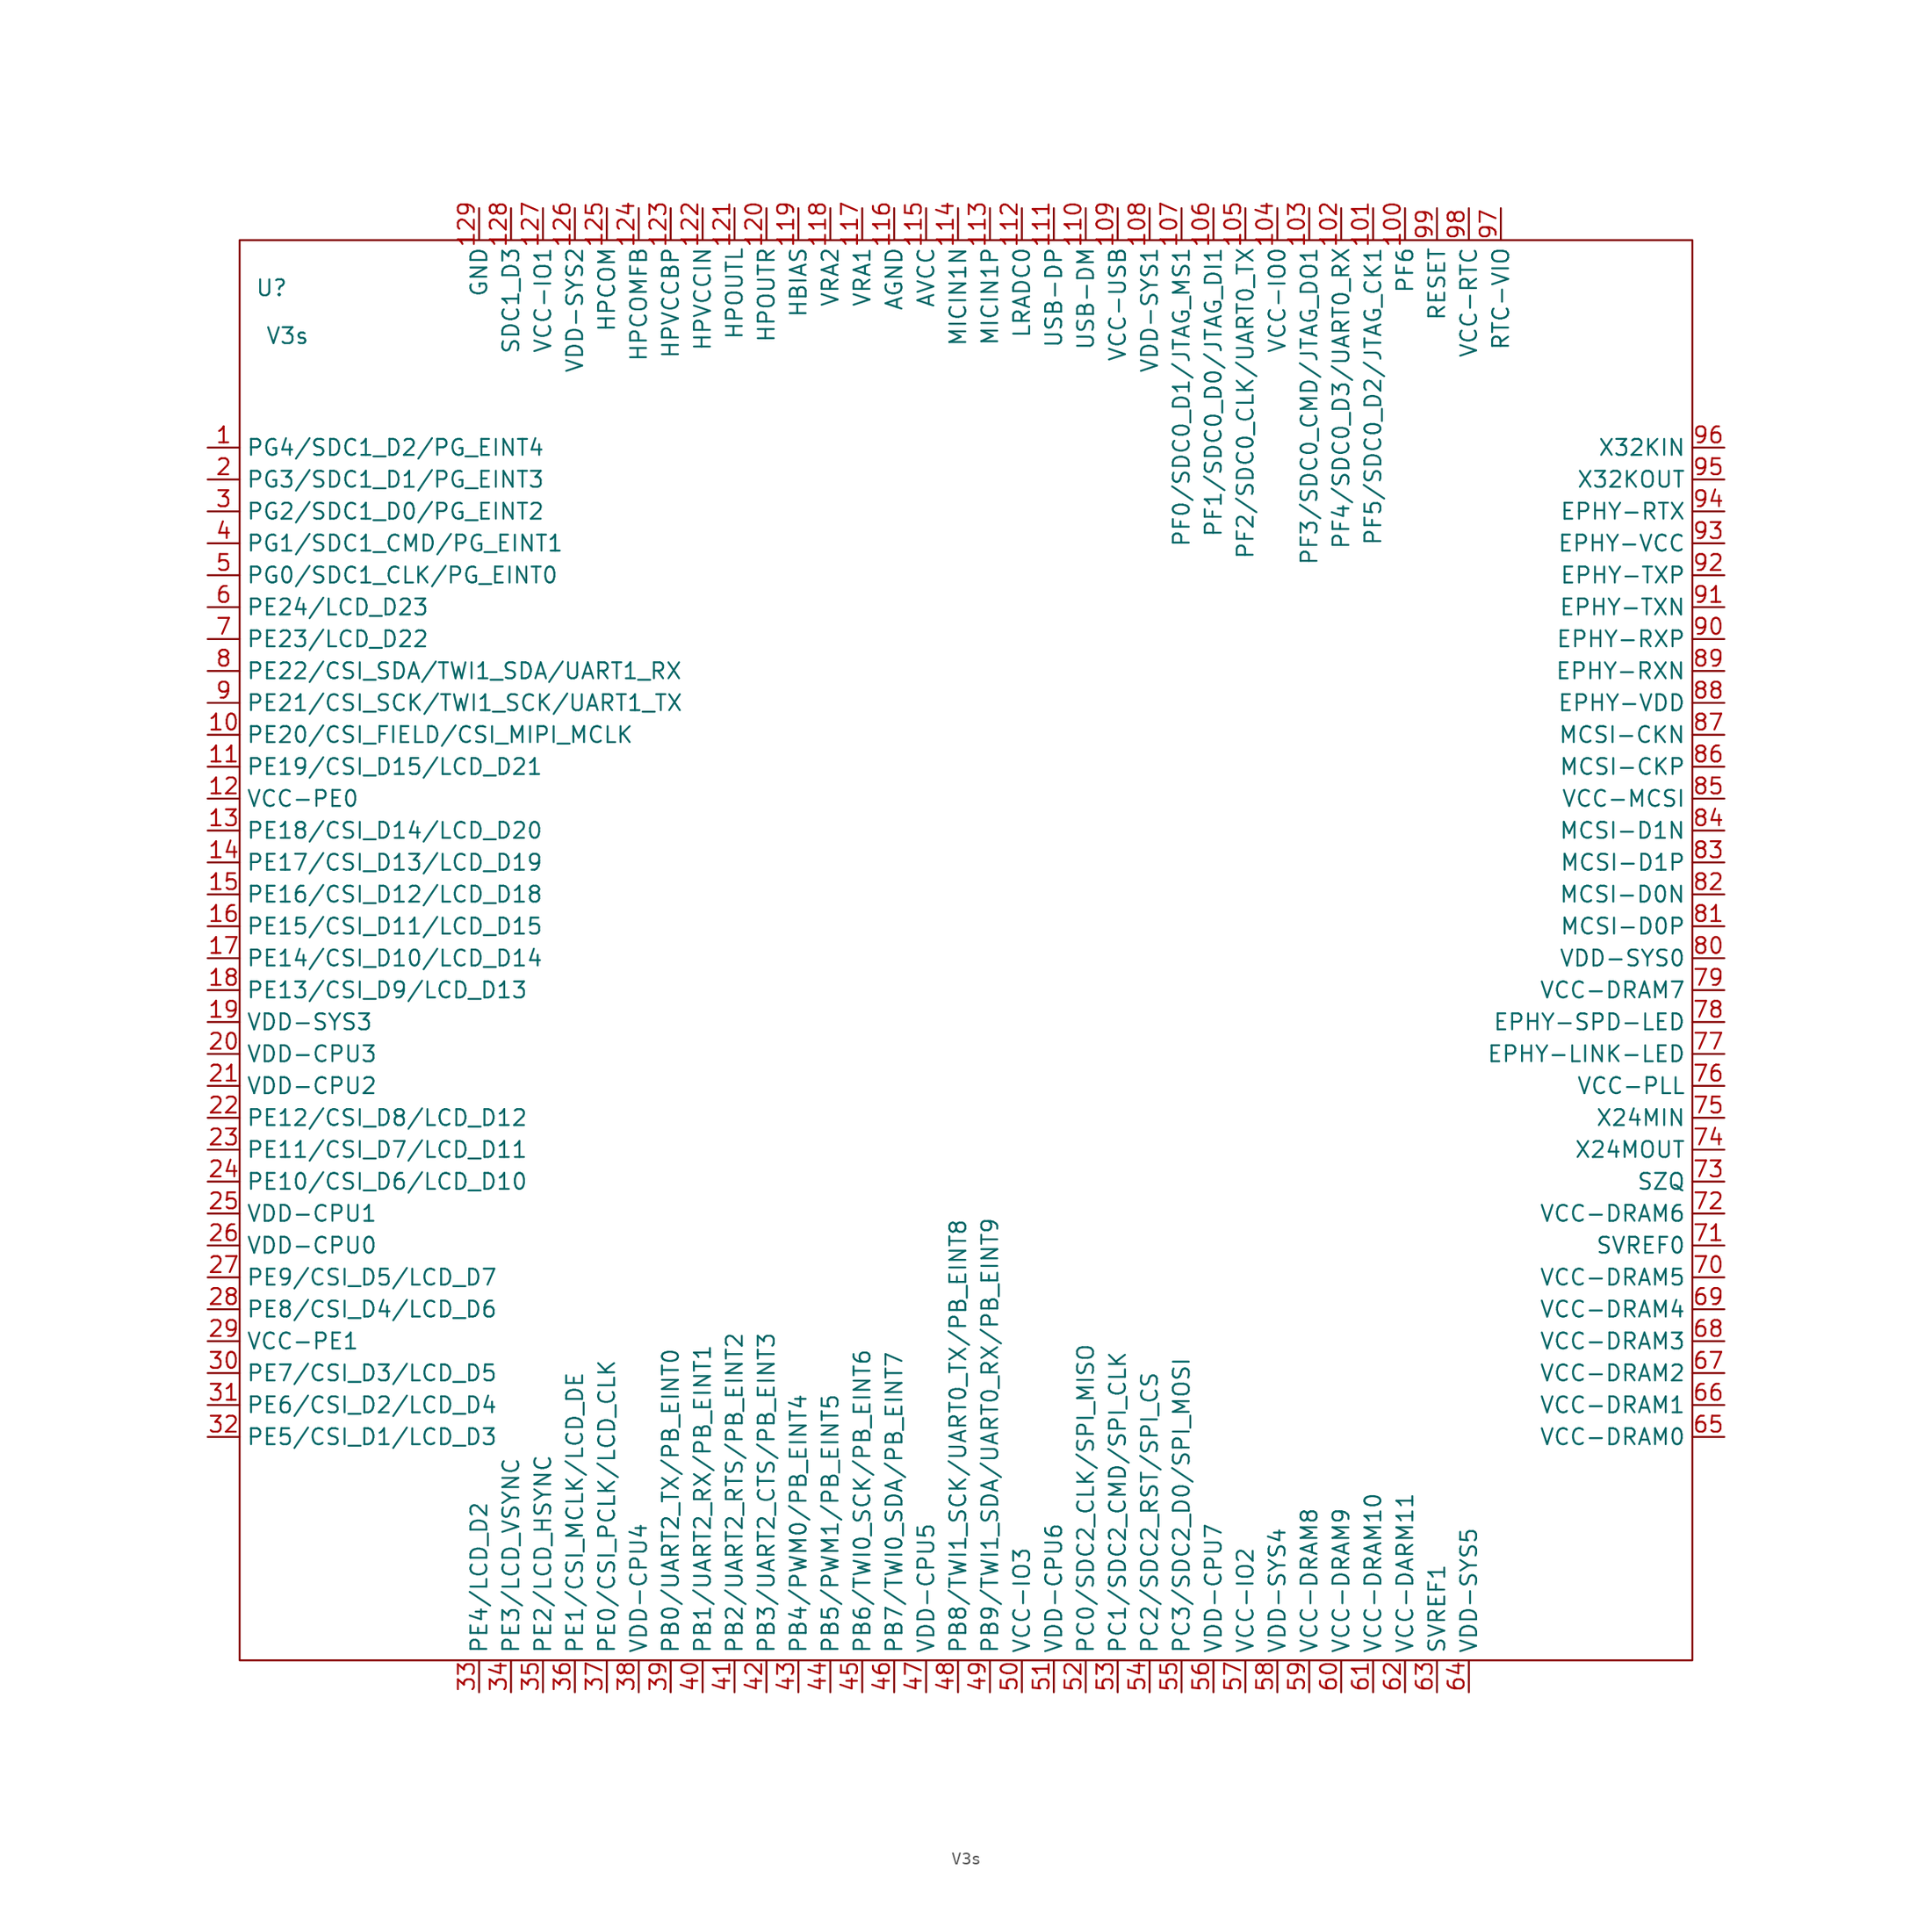
<source format=kicad_sym>
(kicad_symbol_lib
  (version 20211014)
  (generator kicad_symbol_editor)
  (symbol "V3s"
    (property "Reference" "U"
      (at 2.54 109.22 0)
      (effects (font (size 1.27 1.27))))
    (property "Value" "V3s"
      (at 3.81 105.41 0)
      (effects (font (size 1.27 1.27))))
    (symbol "V3s_0_0"
      (pin bidirectional line (at -2.54 73.66 0) (length 2.54) (name "PE20/CSI_FIELD/CSI_MIPI_MCLK" (effects (font (size 1.27 1.27)))) (number "10" (effects (font (size 1.27 1.27)))))
      (pin bidirectional line (at 92.71 115.57 270) (length 2.54) (name "PF6" (effects (font (size 1.27 1.27)))) (number "100" (effects (font (size 1.27 1.27)))))
      (pin bidirectional line (at 90.17 115.57 270) (length 2.54) (name "PF5/SDC0_D2/JTAG_CK1" (effects (font (size 1.27 1.27)))) (number "101" (effects (font (size 1.27 1.27)))))
      (pin bidirectional line (at 87.63 115.57 270) (length 2.54) (name "PF4/SDC0_D3/UART0_RX" (effects (font (size 1.27 1.27)))) (number "102" (effects (font (size 1.27 1.27)))))
      (pin bidirectional line (at 85.09 115.57 270) (length 2.54) (name "PF3/SDC0_CMD/JTAG_DO1" (effects (font (size 1.27 1.27)))) (number "103" (effects (font (size 1.27 1.27)))))
      (pin power_in line (at 82.55 115.57 270) (length 2.54) (name "VCC-IO0" (effects (font (size 1.27 1.27)))) (number "104" (effects (font (size 1.27 1.27)))))
      (pin bidirectional line (at 80.01 115.57 270) (length 2.54) (name "PF2/SDC0_CLK/UART0_TX" (effects (font (size 1.27 1.27)))) (number "105" (effects (font (size 1.27 1.27)))))
      (pin bidirectional line (at 77.47 115.57 270) (length 2.54) (name "PF1/SDC0_D0/JTAG_DI1" (effects (font (size 1.27 1.27)))) (number "106" (effects (font (size 1.27 1.27)))))
      (pin bidirectional line (at 74.93 115.57 270) (length 2.54) (name "PF0/SDC0_D1/JTAG_MS1" (effects (font (size 1.27 1.27)))) (number "107" (effects (font (size 1.27 1.27)))))
      (pin power_in line (at 72.39 115.57 270) (length 2.54) (name "VDD-SYS1" (effects (font (size 1.27 1.27)))) (number "108" (effects (font (size 1.27 1.27)))))
      (pin power_in line (at 69.85 115.57 270) (length 2.54) (name "VCC-USB" (effects (font (size 1.27 1.27)))) (number "109" (effects (font (size 1.27 1.27)))))
      (pin bidirectional line (at -2.54 71.12 0) (length 2.54) (name "PE19/CSI_D15/LCD_D21" (effects (font (size 1.27 1.27)))) (number "11" (effects (font (size 1.27 1.27)))))
      (pin bidirectional line (at 67.31 115.57 270) (length 2.54) (name "USB-DM" (effects (font (size 1.27 1.27)))) (number "110" (effects (font (size 1.27 1.27)))))
      (pin bidirectional line (at 64.77 115.57 270) (length 2.54) (name "USB-DP" (effects (font (size 1.27 1.27)))) (number "111" (effects (font (size 1.27 1.27)))))
      (pin passive line (at 62.23 115.57 270) (length 2.54) (name "LRADC0" (effects (font (size 1.27 1.27)))) (number "112" (effects (font (size 1.27 1.27)))))
      (pin passive line (at 59.69 115.57 270) (length 2.54) (name "MICIN1P" (effects (font (size 1.27 1.27)))) (number "113" (effects (font (size 1.27 1.27)))))
      (pin passive line (at 57.15 115.57 270) (length 2.54) (name "MICIN1N" (effects (font (size 1.27 1.27)))) (number "114" (effects (font (size 1.27 1.27)))))
      (pin power_in line (at 54.61 115.57 270) (length 2.54) (name "AVCC" (effects (font (size 1.27 1.27)))) (number "115" (effects (font (size 1.27 1.27)))))
      (pin power_in line (at 52.07 115.57 270) (length 2.54) (name "AGND" (effects (font (size 1.27 1.27)))) (number "116" (effects (font (size 1.27 1.27)))))
      (pin power_in line (at 49.53 115.57 270) (length 2.54) (name "VRA1" (effects (font (size 1.27 1.27)))) (number "117" (effects (font (size 1.27 1.27)))))
      (pin power_in line (at 46.99 115.57 270) (length 2.54) (name "VRA2" (effects (font (size 1.27 1.27)))) (number "118" (effects (font (size 1.27 1.27)))))
      (pin passive line (at 44.45 115.57 270) (length 2.54) (name "HBIAS" (effects (font (size 1.27 1.27)))) (number "119" (effects (font (size 1.27 1.27)))))
      (pin power_in line (at -2.54 68.58 0) (length 2.54) (name "VCC-PE0" (effects (font (size 1.27 1.27)))) (number "12" (effects (font (size 1.27 1.27)))))
      (pin passive line (at 41.91 115.57 270) (length 2.54) (name "HPOUTR" (effects (font (size 1.27 1.27)))) (number "120" (effects (font (size 1.27 1.27)))))
      (pin passive line (at 39.37 115.57 270) (length 2.54) (name "HPOUTL" (effects (font (size 1.27 1.27)))) (number "121" (effects (font (size 1.27 1.27)))))
      (pin power_in line (at 36.83 115.57 270) (length 2.54) (name "HPVCCIN" (effects (font (size 1.27 1.27)))) (number "122" (effects (font (size 1.27 1.27)))))
      (pin power_in line (at 34.29 115.57 270) (length 2.54) (name "HPVCCBP" (effects (font (size 1.27 1.27)))) (number "123" (effects (font (size 1.27 1.27)))))
      (pin passive line (at 31.75 115.57 270) (length 2.54) (name "HPCOMFB" (effects (font (size 1.27 1.27)))) (number "124" (effects (font (size 1.27 1.27)))))
      (pin passive line (at 29.21 115.57 270) (length 2.54) (name "HPCOM" (effects (font (size 1.27 1.27)))) (number "125" (effects (font (size 1.27 1.27)))))
      (pin power_in line (at 26.67 115.57 270) (length 2.54) (name "VDD-SYS2" (effects (font (size 1.27 1.27)))) (number "126" (effects (font (size 1.27 1.27)))))
      (pin power_in line (at 24.13 115.57 270) (length 2.54) (name "VCC-IO1" (effects (font (size 1.27 1.27)))) (number "127" (effects (font (size 1.27 1.27)))))
      (pin passive line (at 21.59 115.57 270) (length 2.54) (name "SDC1_D3" (effects (font (size 1.27 1.27)))) (number "128" (effects (font (size 1.27 1.27)))))
      (pin power_in line (at 19.05 115.57 270) (length 2.54) (name "GND" (effects (font (size 1.27 1.27)))) (number "129" (effects (font (size 1.27 1.27)))))
      (pin bidirectional line (at -2.54 66.04 0) (length 2.54) (name "PE18/CSI_D14/LCD_D20" (effects (font (size 1.27 1.27)))) (number "13" (effects (font (size 1.27 1.27)))))
      (pin bidirectional line (at -2.54 63.5 0) (length 2.54) (name "PE17/CSI_D13/LCD_D19" (effects (font (size 1.27 1.27)))) (number "14" (effects (font (size 1.27 1.27)))))
      (pin bidirectional line (at -2.54 60.96 0) (length 2.54) (name "PE16/CSI_D12/LCD_D18" (effects (font (size 1.27 1.27)))) (number "15" (effects (font (size 1.27 1.27)))))
      (pin bidirectional line (at -2.54 58.42 0) (length 2.54) (name "PE15/CSI_D11/LCD_D15" (effects (font (size 1.27 1.27)))) (number "16" (effects (font (size 1.27 1.27)))))
      (pin bidirectional line (at -2.54 55.88 0) (length 2.54) (name "PE14/CSI_D10/LCD_D14" (effects (font (size 1.27 1.27)))) (number "17" (effects (font (size 1.27 1.27)))))
      (pin bidirectional line (at -2.54 53.34 0) (length 2.54) (name "PE13/CSI_D9/LCD_D13" (effects (font (size 1.27 1.27)))) (number "18" (effects (font (size 1.27 1.27)))))
      (pin power_in line (at -2.54 50.8 0) (length 2.54) (name "VDD-SYS3" (effects (font (size 1.27 1.27)))) (number "19" (effects (font (size 1.27 1.27)))))
      (pin bidirectional line (at -2.54 93.98 0) (length 2.54) (name "PG3/SDC1_D1/PG_EINT3" (effects (font (size 1.27 1.27)))) (number "2" (effects (font (size 1.27 1.27)))))
      (pin power_in line (at -2.54 48.26 0) (length 2.54) (name "VDD-CPU3" (effects (font (size 1.27 1.27)))) (number "20" (effects (font (size 1.27 1.27)))))
      (pin power_in line (at -2.54 45.72 0) (length 2.54) (name "VDD-CPU2" (effects (font (size 1.27 1.27)))) (number "21" (effects (font (size 1.27 1.27)))))
      (pin bidirectional line (at -2.54 43.18 0) (length 2.54) (name "PE12/CSI_D8/LCD_D12" (effects (font (size 1.27 1.27)))) (number "22" (effects (font (size 1.27 1.27)))))
      (pin bidirectional line (at -2.54 40.64 0) (length 2.54) (name "PE11/CSI_D7/LCD_D11" (effects (font (size 1.27 1.27)))) (number "23" (effects (font (size 1.27 1.27)))))
      (pin bidirectional line (at -2.54 38.1 0) (length 2.54) (name "PE10/CSI_D6/LCD_D10" (effects (font (size 1.27 1.27)))) (number "24" (effects (font (size 1.27 1.27)))))
      (pin power_in line (at -2.54 35.56 0) (length 2.54) (name "VDD-CPU1" (effects (font (size 1.27 1.27)))) (number "25" (effects (font (size 1.27 1.27)))))
      (pin power_in line (at -2.54 33.02 0) (length 2.54) (name "VDD-CPU0" (effects (font (size 1.27 1.27)))) (number "26" (effects (font (size 1.27 1.27)))))
      (pin bidirectional line (at -2.54 30.48 0) (length 2.54) (name "PE9/CSI_D5/LCD_D7" (effects (font (size 1.27 1.27)))) (number "27" (effects (font (size 1.27 1.27)))))
      (pin bidirectional line (at -2.54 27.94 0) (length 2.54) (name "PE8/CSI_D4/LCD_D6" (effects (font (size 1.27 1.27)))) (number "28" (effects (font (size 1.27 1.27)))))
      (pin power_in line (at -2.54 25.4 0) (length 2.54) (name "VCC-PE1" (effects (font (size 1.27 1.27)))) (number "29" (effects (font (size 1.27 1.27)))))
      (pin bidirectional line (at -2.54 91.44 0) (length 2.54) (name "PG2/SDC1_D0/PG_EINT2" (effects (font (size 1.27 1.27)))) (number "3" (effects (font (size 1.27 1.27)))))
      (pin bidirectional line (at -2.54 22.86 0) (length 2.54) (name "PE7/CSI_D3/LCD_D5" (effects (font (size 1.27 1.27)))) (number "30" (effects (font (size 1.27 1.27)))))
      (pin bidirectional line (at -2.54 20.32 0) (length 2.54) (name "PE6/CSI_D2/LCD_D4" (effects (font (size 1.27 1.27)))) (number "31" (effects (font (size 1.27 1.27)))))
      (pin bidirectional line (at -2.54 17.78 0) (length 2.54) (name "PE5/CSI_D1/LCD_D3" (effects (font (size 1.27 1.27)))) (number "32" (effects (font (size 1.27 1.27)))))
      (pin bidirectional line (at 19.05 -2.54 90) (length 2.54) (name "PE4/LCD_D2" (effects (font (size 1.27 1.27)))) (number "33" (effects (font (size 1.27 1.27)))))
      (pin bidirectional line (at 21.59 -2.54 90) (length 2.54) (name "PE3/LCD_VSYNC" (effects (font (size 1.27 1.27)))) (number "34" (effects (font (size 1.27 1.27)))))
      (pin bidirectional line (at 24.13 -2.54 90) (length 2.54) (name "PE2/LCD_HSYNC" (effects (font (size 1.27 1.27)))) (number "35" (effects (font (size 1.27 1.27)))))
      (pin bidirectional line (at 26.67 -2.54 90) (length 2.54) (name "PE1/CSI_MCLK/LCD_DE" (effects (font (size 1.27 1.27)))) (number "36" (effects (font (size 1.27 1.27)))))
      (pin bidirectional line (at 29.21 -2.54 90) (length 2.54) (name "PE0/CSI_PCLK/LCD_CLK" (effects (font (size 1.27 1.27)))) (number "37" (effects (font (size 1.27 1.27)))))
      (pin power_in line (at 31.75 -2.54 90) (length 2.54) (name "VDD-CPU4" (effects (font (size 1.27 1.27)))) (number "38" (effects (font (size 1.27 1.27)))))
      (pin bidirectional line (at 34.29 -2.54 90) (length 2.54) (name "PB0/UART2_TX/PB_EINT0" (effects (font (size 1.27 1.27)))) (number "39" (effects (font (size 1.27 1.27)))))
      (pin bidirectional line (at -2.54 88.9 0) (length 2.54) (name "PG1/SDC1_CMD/PG_EINT1" (effects (font (size 1.27 1.27)))) (number "4" (effects (font (size 1.27 1.27)))))
      (pin bidirectional line (at 36.83 -2.54 90) (length 2.54) (name "PB1/UART2_RX/PB_EINT1" (effects (font (size 1.27 1.27)))) (number "40" (effects (font (size 1.27 1.27)))))
      (pin bidirectional line (at 39.37 -2.54 90) (length 2.54) (name "PB2/UART2_RTS/PB_EINT2" (effects (font (size 1.27 1.27)))) (number "41" (effects (font (size 1.27 1.27)))))
      (pin bidirectional line (at 41.91 -2.54 90) (length 2.54) (name "PB3/UART2_CTS/PB_EINT3" (effects (font (size 1.27 1.27)))) (number "42" (effects (font (size 1.27 1.27)))))
      (pin bidirectional line (at 44.45 -2.54 90) (length 2.54) (name "PB4/PWM0/PB_EINT4" (effects (font (size 1.27 1.27)))) (number "43" (effects (font (size 1.27 1.27)))))
      (pin bidirectional line (at 46.99 -2.54 90) (length 2.54) (name "PB5/PWM1/PB_EINT5" (effects (font (size 1.27 1.27)))) (number "44" (effects (font (size 1.27 1.27)))))
      (pin bidirectional line (at 49.53 -2.54 90) (length 2.54) (name "PB6/TWI0_SCK/PB_EINT6" (effects (font (size 1.27 1.27)))) (number "45" (effects (font (size 1.27 1.27)))))
      (pin bidirectional line (at 52.07 -2.54 90) (length 2.54) (name "PB7/TWI0_SDA/PB_EINT7" (effects (font (size 1.27 1.27)))) (number "46" (effects (font (size 1.27 1.27)))))
      (pin power_in line (at 54.61 -2.54 90) (length 2.54) (name "VDD-CPU5" (effects (font (size 1.27 1.27)))) (number "47" (effects (font (size 1.27 1.27)))))
      (pin bidirectional line (at 57.15 -2.54 90) (length 2.54) (name "PB8/TWI1_SCK/UART0_TX/PB_EINT8" (effects (font (size 1.27 1.27)))) (number "48" (effects (font (size 1.27 1.27)))))
      (pin bidirectional line (at 59.69 -2.54 90) (length 2.54) (name "PB9/TWI1_SDA/UART0_RX/PB_EINT9" (effects (font (size 1.27 1.27)))) (number "49" (effects (font (size 1.27 1.27)))))
      (pin bidirectional line (at -2.54 86.36 0) (length 2.54) (name "PG0/SDC1_CLK/PG_EINT0" (effects (font (size 1.27 1.27)))) (number "5" (effects (font (size 1.27 1.27)))))
      (pin power_in line (at 62.23 -2.54 90) (length 2.54) (name "VCC-IO3" (effects (font (size 1.27 1.27)))) (number "50" (effects (font (size 1.27 1.27)))))
      (pin bidirectional line (at 64.77 -2.54 90) (length 2.54) (name "VDD-CPU6" (effects (font (size 1.27 1.27)))) (number "51" (effects (font (size 1.27 1.27)))))
      (pin bidirectional line (at 67.31 -2.54 90) (length 2.54) (name "PC0/SDC2_CLK/SPI_MISO" (effects (font (size 1.27 1.27)))) (number "52" (effects (font (size 1.27 1.27)))))
      (pin bidirectional line (at 69.85 -2.54 90) (length 2.54) (name "PC1/SDC2_CMD/SPI_CLK" (effects (font (size 1.27 1.27)))) (number "53" (effects (font (size 1.27 1.27)))))
      (pin bidirectional line (at 72.39 -2.54 90) (length 2.54) (name "PC2/SDC2_RST/SPI_CS" (effects (font (size 1.27 1.27)))) (number "54" (effects (font (size 1.27 1.27)))))
      (pin bidirectional line (at 74.93 -2.54 90) (length 2.54) (name "PC3/SDC2_D0/SPI_MOSI" (effects (font (size 1.27 1.27)))) (number "55" (effects (font (size 1.27 1.27)))))
      (pin power_in line (at 77.47 -2.54 90) (length 2.54) (name "VDD-CPU7" (effects (font (size 1.27 1.27)))) (number "56" (effects (font (size 1.27 1.27)))))
      (pin power_in line (at 80.01 -2.54 90) (length 2.54) (name "VCC-IO2" (effects (font (size 1.27 1.27)))) (number "57" (effects (font (size 1.27 1.27)))))
      (pin power_in line (at 82.55 -2.54 90) (length 2.54) (name "VDD-SYS4" (effects (font (size 1.27 1.27)))) (number "58" (effects (font (size 1.27 1.27)))))
      (pin power_in line (at 85.09 -2.54 90) (length 2.54) (name "VCC-DRAM8" (effects (font (size 1.27 1.27)))) (number "59" (effects (font (size 1.27 1.27)))))
      (pin bidirectional line (at -2.54 83.82 0) (length 2.54) (name "PE24/LCD_D23" (effects (font (size 1.27 1.27)))) (number "6" (effects (font (size 1.27 1.27)))))
      (pin power_in line (at 87.63 -2.54 90) (length 2.54) (name "VCC-DRAM9" (effects (font (size 1.27 1.27)))) (number "60" (effects (font (size 1.27 1.27)))))
      (pin power_in line (at 90.17 -2.54 90) (length 2.54) (name "VCC-DRAM10" (effects (font (size 1.27 1.27)))) (number "61" (effects (font (size 1.27 1.27)))))
      (pin power_in line (at 92.71 -2.54 90) (length 2.54) (name "VCC-DARM11" (effects (font (size 1.27 1.27)))) (number "62" (effects (font (size 1.27 1.27)))))
      (pin power_in line (at 95.25 -2.54 90) (length 2.54) (name "SVREF1" (effects (font (size 1.27 1.27)))) (number "63" (effects (font (size 1.27 1.27)))))
      (pin power_in line (at 97.79 -2.54 90) (length 2.54) (name "VDD-SYS5" (effects (font (size 1.27 1.27)))) (number "64" (effects (font (size 1.27 1.27)))))
      (pin power_in line (at 118.11 17.78 180) (length 2.54) (name "VCC-DRAM0" (effects (font (size 1.27 1.27)))) (number "65" (effects (font (size 1.27 1.27)))))
      (pin power_in line (at 118.11 20.32 180) (length 2.54) (name "VCC-DRAM1" (effects (font (size 1.27 1.27)))) (number "66" (effects (font (size 1.27 1.27)))))
      (pin power_in line (at 118.11 22.86 180) (length 2.54) (name "VCC-DRAM2" (effects (font (size 1.27 1.27)))) (number "67" (effects (font (size 1.27 1.27)))))
      (pin power_in line (at 118.11 25.4 180) (length 2.54) (name "VCC-DRAM3" (effects (font (size 1.27 1.27)))) (number "68" (effects (font (size 1.27 1.27)))))
      (pin power_in line (at 118.11 27.94 180) (length 2.54) (name "VCC-DRAM4" (effects (font (size 1.27 1.27)))) (number "69" (effects (font (size 1.27 1.27)))))
      (pin bidirectional line (at -2.54 81.28 0) (length 2.54) (name "PE23/LCD_D22" (effects (font (size 1.27 1.27)))) (number "7" (effects (font (size 1.27 1.27)))))
      (pin power_in line (at 118.11 30.48 180) (length 2.54) (name "VCC-DRAM5" (effects (font (size 1.27 1.27)))) (number "70" (effects (font (size 1.27 1.27)))))
      (pin power_in line (at 118.11 33.02 180) (length 2.54) (name "SVREF0" (effects (font (size 1.27 1.27)))) (number "71" (effects (font (size 1.27 1.27)))))
      (pin power_in line (at 118.11 35.56 180) (length 2.54) (name "VCC-DRAM6" (effects (font (size 1.27 1.27)))) (number "72" (effects (font (size 1.27 1.27)))))
      (pin passive line (at 118.11 38.1 180) (length 2.54) (name "SZQ" (effects (font (size 1.27 1.27)))) (number "73" (effects (font (size 1.27 1.27)))))
      (pin passive line (at 118.11 40.64 180) (length 2.54) (name "X24MOUT" (effects (font (size 1.27 1.27)))) (number "74" (effects (font (size 1.27 1.27)))))
      (pin passive line (at 118.11 43.18 180) (length 2.54) (name "X24MIN" (effects (font (size 1.27 1.27)))) (number "75" (effects (font (size 1.27 1.27)))))
      (pin power_in line (at 118.11 45.72 180) (length 2.54) (name "VCC-PLL" (effects (font (size 1.27 1.27)))) (number "76" (effects (font (size 1.27 1.27)))))
      (pin output line (at 118.11 48.26 180) (length 2.54) (name "EPHY-LINK-LED" (effects (font (size 1.27 1.27)))) (number "77" (effects (font (size 1.27 1.27)))))
      (pin output line (at 118.11 50.8 180) (length 2.54) (name "EPHY-SPD-LED" (effects (font (size 1.27 1.27)))) (number "78" (effects (font (size 1.27 1.27)))))
      (pin power_in line (at 118.11 53.34 180) (length 2.54) (name "VCC-DRAM7" (effects (font (size 1.27 1.27)))) (number "79" (effects (font (size 1.27 1.27)))))
      (pin bidirectional line (at -2.54 78.74 0) (length 2.54) (name "PE22/CSI_SDA/TWI1_SDA/UART1_RX" (effects (font (size 1.27 1.27)))) (number "8" (effects (font (size 1.27 1.27)))))
      (pin power_in line (at 118.11 55.88 180) (length 2.54) (name "VDD-SYS0" (effects (font (size 1.27 1.27)))) (number "80" (effects (font (size 1.27 1.27)))))
      (pin bidirectional line (at 118.11 58.42 180) (length 2.54) (name "MCSI-D0P" (effects (font (size 1.27 1.27)))) (number "81" (effects (font (size 1.27 1.27)))))
      (pin bidirectional line (at 118.11 60.96 180) (length 2.54) (name "MCSI-D0N" (effects (font (size 1.27 1.27)))) (number "82" (effects (font (size 1.27 1.27)))))
      (pin bidirectional line (at 118.11 63.5 180) (length 2.54) (name "MCSI-D1P" (effects (font (size 1.27 1.27)))) (number "83" (effects (font (size 1.27 1.27)))))
      (pin bidirectional line (at 118.11 66.04 180) (length 2.54) (name "MCSI-D1N" (effects (font (size 1.27 1.27)))) (number "84" (effects (font (size 1.27 1.27)))))
      (pin power_in line (at 118.11 68.58 180) (length 2.54) (name "VCC-MCSI" (effects (font (size 1.27 1.27)))) (number "85" (effects (font (size 1.27 1.27)))))
      (pin bidirectional line (at 118.11 71.12 180) (length 2.54) (name "MCSI-CKP" (effects (font (size 1.27 1.27)))) (number "86" (effects (font (size 1.27 1.27)))))
      (pin bidirectional line (at 118.11 73.66 180) (length 2.54) (name "MCSI-CKN" (effects (font (size 1.27 1.27)))) (number "87" (effects (font (size 1.27 1.27)))))
      (pin power_in line (at 118.11 76.2 180) (length 2.54) (name "EPHY-VDD" (effects (font (size 1.27 1.27)))) (number "88" (effects (font (size 1.27 1.27)))))
      (pin input line (at 118.11 78.74 180) (length 2.54) (name "EPHY-RXN" (effects (font (size 1.27 1.27)))) (number "89" (effects (font (size 1.27 1.27)))))
      (pin bidirectional line (at -2.54 76.2 0) (length 2.54) (name "PE21/CSI_SCK/TWI1_SCK/UART1_TX" (effects (font (size 1.27 1.27)))) (number "9" (effects (font (size 1.27 1.27)))))
      (pin input line (at 118.11 81.28 180) (length 2.54) (name "EPHY-RXP" (effects (font (size 1.27 1.27)))) (number "90" (effects (font (size 1.27 1.27)))))
      (pin output line (at 118.11 83.82 180) (length 2.54) (name "EPHY-TXN" (effects (font (size 1.27 1.27)))) (number "91" (effects (font (size 1.27 1.27)))))
      (pin output line (at 118.11 86.36 180) (length 2.54) (name "EPHY-TXP" (effects (font (size 1.27 1.27)))) (number "92" (effects (font (size 1.27 1.27)))))
      (pin power_in line (at 118.11 88.9 180) (length 2.54) (name "EPHY-VCC" (effects (font (size 1.27 1.27)))) (number "93" (effects (font (size 1.27 1.27)))))
      (pin passive line (at 118.11 91.44 180) (length 2.54) (name "EPHY-RTX" (effects (font (size 1.27 1.27)))) (number "94" (effects (font (size 1.27 1.27)))))
      (pin passive line (at 118.11 93.98 180) (length 2.54) (name "X32KOUT" (effects (font (size 1.27 1.27)))) (number "95" (effects (font (size 1.27 1.27)))))
      (pin passive line (at 118.11 96.52 180) (length 2.54) (name "X32KIN" (effects (font (size 1.27 1.27)))) (number "96" (effects (font (size 1.27 1.27)))))
      (pin power_in line (at 100.33 115.57 270) (length 2.54) (name "RTC-VIO" (effects (font (size 1.27 1.27)))) (number "97" (effects (font (size 1.27 1.27)))))
      (pin power_in line (at 97.79 115.57 270) (length 2.54) (name "VCC-RTC" (effects (font (size 1.27 1.27)))) (number "98" (effects (font (size 1.27 1.27)))))
      (pin input line (at 95.25 115.57 270) (length 2.54) (name "RESET" (effects (font (size 1.27 1.27)))) (number "99" (effects (font (size 1.27 1.27))))))
    (symbol "V3s_0_1"
      (rectangle (start 0 113.03) (end 115.57 0) (stroke (width 0) (type default) (color 0 0 0 0)) (fill (type none))))
    (symbol "V3s_1_1"
      (pin bidirectional line (at -2.54 96.52 0) (length 2.54) (name "PG4/SDC1_D2/PG_EINT4" (effects (font (size 1.27 1.27)))) (number "1" (effects (font (size 1.27 1.27))))))))
</source>
